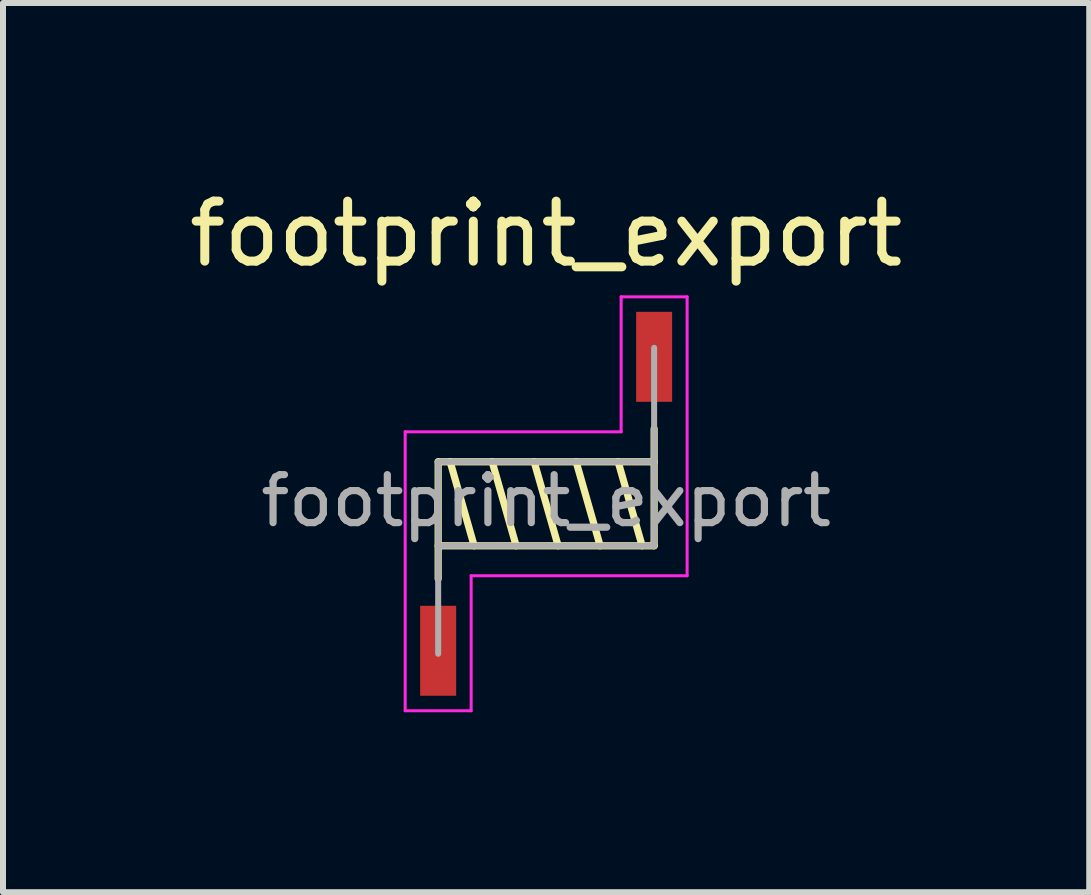
<source format=kicad_pcb>
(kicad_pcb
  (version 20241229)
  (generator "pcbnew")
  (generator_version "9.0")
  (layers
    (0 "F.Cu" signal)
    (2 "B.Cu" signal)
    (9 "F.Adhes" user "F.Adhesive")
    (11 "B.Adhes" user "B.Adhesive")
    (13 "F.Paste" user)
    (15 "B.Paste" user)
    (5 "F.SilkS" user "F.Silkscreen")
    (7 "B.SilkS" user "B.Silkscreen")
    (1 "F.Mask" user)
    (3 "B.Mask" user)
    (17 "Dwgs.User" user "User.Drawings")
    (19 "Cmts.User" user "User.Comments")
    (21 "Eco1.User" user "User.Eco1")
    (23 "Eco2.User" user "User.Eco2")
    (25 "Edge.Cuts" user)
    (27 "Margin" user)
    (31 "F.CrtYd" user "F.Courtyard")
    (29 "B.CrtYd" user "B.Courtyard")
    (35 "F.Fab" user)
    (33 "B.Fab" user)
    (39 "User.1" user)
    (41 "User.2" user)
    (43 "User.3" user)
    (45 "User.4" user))
  (footprint "footprint_export"
    (layer "F.Cu")
    (at 6.054 5.348)
    (property "Reference" "footprint_export" (at 0 -4.5 0) (layer "F.SilkS") (effects (font (size 1 1) (thickness 0.15))))
    (attr smd)
    (fp_line (start -1.8 -0.7) (end -1.8 1.25) (stroke (width 0.12) (type solid)) (layer "F.SilkS"))
    (fp_line (start -1.8 -0.7) (end 1.8 -0.7) (stroke (width 0.12) (type solid)) (layer "F.SilkS"))
    (fp_line (start -1.6 -0.7) (end -1.2 0.7) (stroke (width 0.12) (type solid)) (layer "F.SilkS"))
    (fp_line (start -0.9 -0.7) (end -0.5 0.7) (stroke (width 0.12) (type solid)) (layer "F.SilkS"))
    (fp_line (start -0.2 -0.7) (end 0.2 0.7) (stroke (width 0.12) (type solid)) (layer "F.SilkS"))
    (fp_line (start 0.5 -0.7) (end 0.9 0.7) (stroke (width 0.12) (type solid)) (layer "F.SilkS"))
    (fp_line (start 1.2 -0.7) (end 1.6 0.7) (stroke (width 0.12) (type solid)) (layer "F.SilkS"))
    (fp_line (start 1.8 0.7) (end -1.8 0.7) (stroke (width 0.12) (type solid)) (layer "F.SilkS"))
    (fp_line (start 1.8 0.7) (end 1.8 -1.25) (stroke (width 0.12) (type solid)) (layer "F.SilkS"))
    (fp_line (start -2.35 -1.2) (end -2.35 3.45) (stroke (width 0.05) (type solid)) (layer "F.CrtYd"))
    (fp_line (start -2.35 3.45) (end -1.25 3.45) (stroke (width 0.05) (type solid)) (layer "F.CrtYd"))
    (fp_line (start -1.25 1.2) (end 2.35 1.2) (stroke (width 0.05) (type solid)) (layer "F.CrtYd"))
    (fp_line (start -1.25 3.45) (end -1.25 1.2) (stroke (width 0.05) (type solid)) (layer "F.CrtYd"))
    (fp_line (start 1.25 -3.45) (end 1.25 -1.2) (stroke (width 0.05) (type solid)) (layer "F.CrtYd"))
    (fp_line (start 1.25 -1.2) (end -2.35 -1.2) (stroke (width 0.05) (type solid)) (layer "F.CrtYd"))
    (fp_line (start 2.35 -3.45) (end 1.25 -3.45) (stroke (width 0.05) (type solid)) (layer "F.CrtYd"))
    (fp_line (start 2.35 1.2) (end 2.35 -3.45) (stroke (width 0.05) (type solid)) (layer "F.CrtYd"))
    (fp_line (start -1.8 -0.7) (end 1.8 -0.7) (stroke (width 0.1) (type solid)) (layer "F.Fab"))
    (fp_line (start -1.8 0.7) (end 1.8 0.7) (stroke (width 0.1) (type solid)) (layer "F.Fab"))
    (fp_line (start -1.8 2.5) (end -1.8 -0.7) (stroke (width 0.1) (type solid)) (layer "F.Fab"))
    (fp_line (start 1.8 0.7) (end 1.8 -2.6) (stroke (width 0.1) (type solid)) (layer "F.Fab"))
    (fp_text user "${REFERENCE}" (at 0 -0.05 0) (layer "F.Fab") (effects (font (size 0.8 0.8) (thickness 0.12))))
    (pad "1" smd rect (at -1.8 2.45) (size 0.6 1.5) (layers "F.Cu" "F.Mask" "F.Paste"))
    (pad "2" smd rect (at 1.8 -2.45) (size 0.6 1.5) (layers "F.Cu" "F.Mask" "F.Paste")))
  (gr_rect
    (start -3 -3)
    (end 15.107 11.823)
    (stroke (width 0.1) (type default))
    (fill no)
    (layer "Edge.Cuts")))
</source>
